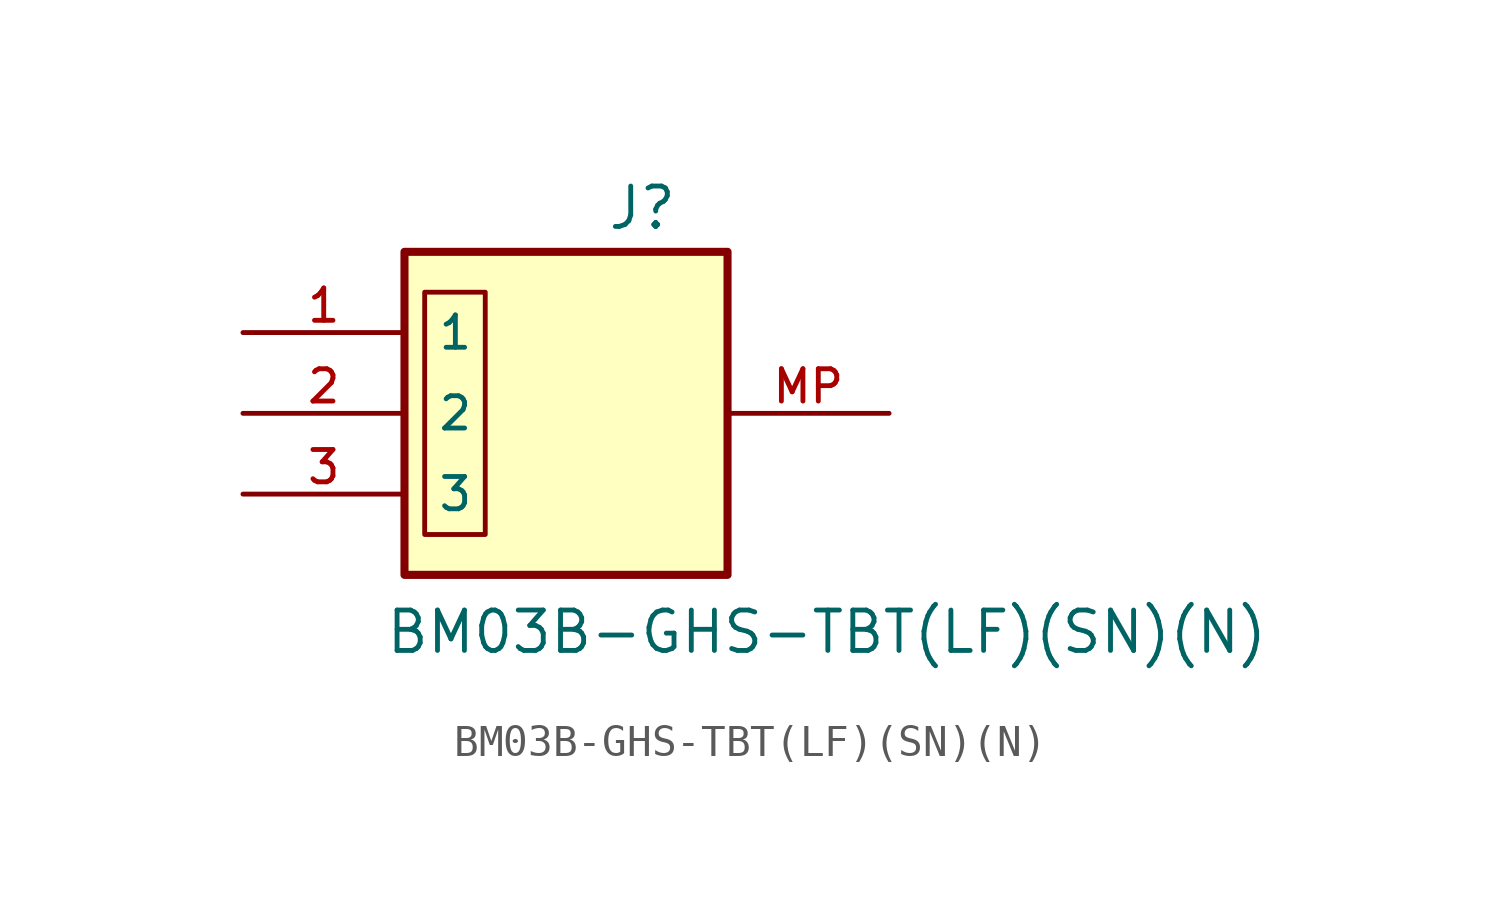
<source format=kicad_sym>
(kicad_symbol_lib
  (version 20211014)
  (generator kicad_symbol_editor)
  (symbol "BM03B-GHS-TBT(LF)(SN)(N)"
    (pin_names
      (offset 1.016))
    (property "Reference" "J"
      (at 3.175 8.255 0)
      (effects (font (size 1.27 1.27)) (justify left bottom)))
    (property "Value" "BM03B-GHS-TBT(LF)(SN)(N)"
      (at -3.81 -5.08 0)
      (effects (font (size 1.27 1.27)) (justify left bottom)))
    (symbol "BM03B-GHS-TBT(LF)(SN)(N)_0_0"
      (rectangle (start -3.175 7.62) (end 6.985 -2.54) (stroke (width 0.254) (type default) (color 0 0 0 0)) (fill (type background)))
      (pin passive line (at -8.255 5.08 0) (length 5.08) (name "1" (effects (font (size 1.016 1.016)))) (number "1" (effects (font (size 1.016 1.016)))))
      (pin passive line (at -8.255 2.54 0) (length 5.08) (name "2" (effects (font (size 1.016 1.016)))) (number "2" (effects (font (size 1.016 1.016)))))
      (pin passive line (at -8.255 0 0) (length 5.08) (name "3" (effects (font (size 1.016 1.016)))) (number "3" (effects (font (size 1.016 1.016)))))
      (pin passive line (at 12.065 2.54 180) (length 5.08) (name "" (effects (font (size 1.016 1.016)))) (number "MP" (effects (font (size 1.016 1.016))))))
    (symbol "BM03B-GHS-TBT(LF)(SN)(N)_0_1"
      (rectangle (start -0.635 -1.27) (end -2.54 6.35) (stroke (width 0.152) (type default) (color 0 0 0 0)) (fill (type none))))))
</source>
